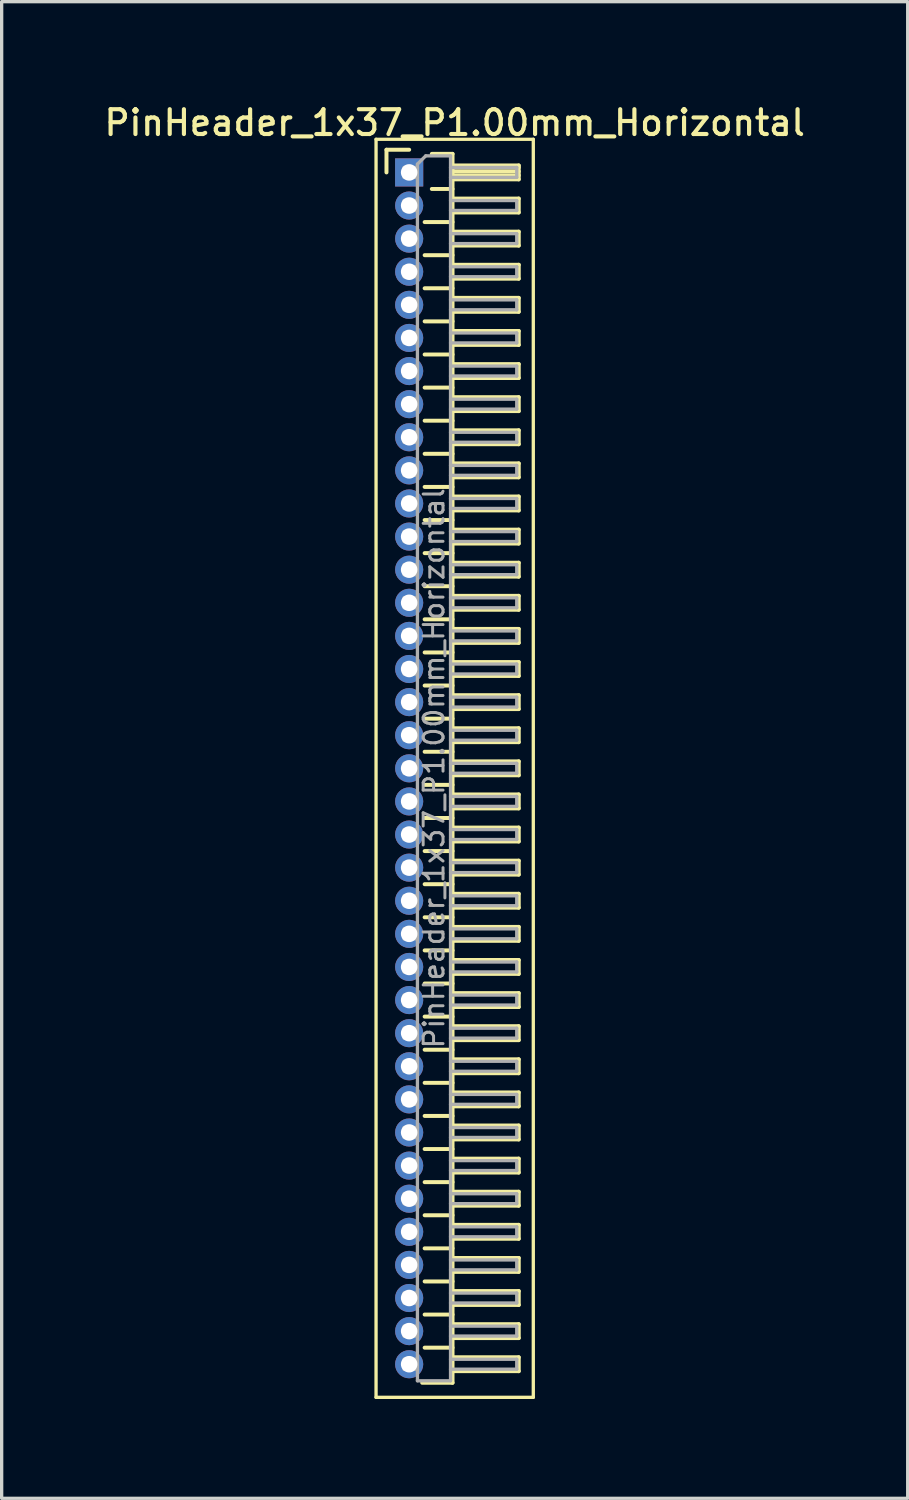
<source format=kicad_pcb>
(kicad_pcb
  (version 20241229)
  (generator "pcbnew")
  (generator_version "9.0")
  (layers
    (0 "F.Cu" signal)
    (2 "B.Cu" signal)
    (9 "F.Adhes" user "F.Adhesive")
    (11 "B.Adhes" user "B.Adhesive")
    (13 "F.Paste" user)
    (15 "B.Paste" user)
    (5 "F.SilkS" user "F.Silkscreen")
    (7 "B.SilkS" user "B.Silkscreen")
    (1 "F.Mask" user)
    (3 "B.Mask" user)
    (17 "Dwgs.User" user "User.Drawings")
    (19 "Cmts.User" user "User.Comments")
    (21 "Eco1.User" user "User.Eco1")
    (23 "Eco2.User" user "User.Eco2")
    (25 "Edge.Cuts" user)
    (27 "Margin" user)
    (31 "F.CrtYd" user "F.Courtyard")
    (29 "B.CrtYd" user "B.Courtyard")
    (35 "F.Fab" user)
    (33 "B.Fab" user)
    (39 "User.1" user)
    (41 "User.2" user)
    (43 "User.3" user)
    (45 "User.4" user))
  (footprint "PinHeader_1x37_P1.00mm_Horizontal"
    (layer "F.Cu")
    (at 9.309 2.158)
    (property "Reference" "PinHeader_1x37_P1.00mm_Horizontal" (at 1.375 -1.5 0) (layer "F.SilkS") (effects (font (size 0.75 0.75) (thickness 0.125))))
    (attr through_hole)
    (fp_line (start -1 -1) (end -1 37) (stroke (width 0.1) (type solid)) (layer "F.SilkS"))
    (fp_line (start -1 37) (end 3.75 37) (stroke (width 0.1) (type solid)) (layer "F.SilkS"))
    (fp_line (start -0.685 -0.685) (end 0 -0.685) (stroke (width 0.12) (type solid)) (layer "F.SilkS"))
    (fp_line (start -0.685 0) (end -0.685 -0.685) (stroke (width 0.12) (type solid)) (layer "F.SilkS"))
    (fp_line (start 0.468 1.5) (end 1.31 1.5) (stroke (width 0.12) (type solid)) (layer "F.SilkS"))
    (fp_line (start 0.468 2.5) (end 1.31 2.5) (stroke (width 0.12) (type solid)) (layer "F.SilkS"))
    (fp_line (start 0.468 3.5) (end 1.31 3.5) (stroke (width 0.12) (type solid)) (layer "F.SilkS"))
    (fp_line (start 0.468 4.5) (end 1.31 4.5) (stroke (width 0.12) (type solid)) (layer "F.SilkS"))
    (fp_line (start 0.468 5.5) (end 1.31 5.5) (stroke (width 0.12) (type solid)) (layer "F.SilkS"))
    (fp_line (start 0.468 6.5) (end 1.31 6.5) (stroke (width 0.12) (type solid)) (layer "F.SilkS"))
    (fp_line (start 0.468 7.5) (end 1.31 7.5) (stroke (width 0.12) (type solid)) (layer "F.SilkS"))
    (fp_line (start 0.468 8.5) (end 1.31 8.5) (stroke (width 0.12) (type solid)) (layer "F.SilkS"))
    (fp_line (start 0.468 9.5) (end 1.31 9.5) (stroke (width 0.12) (type solid)) (layer "F.SilkS"))
    (fp_line (start 0.468 10.5) (end 1.31 10.5) (stroke (width 0.12) (type solid)) (layer "F.SilkS"))
    (fp_line (start 0.468 11.5) (end 1.31 11.5) (stroke (width 0.12) (type solid)) (layer "F.SilkS"))
    (fp_line (start 0.468 12.5) (end 1.31 12.5) (stroke (width 0.12) (type solid)) (layer "F.SilkS"))
    (fp_line (start 0.468 13.5) (end 1.31 13.5) (stroke (width 0.12) (type solid)) (layer "F.SilkS"))
    (fp_line (start 0.468 14.5) (end 1.31 14.5) (stroke (width 0.12) (type solid)) (layer "F.SilkS"))
    (fp_line (start 0.468 15.5) (end 1.31 15.5) (stroke (width 0.12) (type solid)) (layer "F.SilkS"))
    (fp_line (start 0.468 16.5) (end 1.31 16.5) (stroke (width 0.12) (type solid)) (layer "F.SilkS"))
    (fp_line (start 0.468 17.5) (end 1.31 17.5) (stroke (width 0.12) (type solid)) (layer "F.SilkS"))
    (fp_line (start 0.468 18.5) (end 1.31 18.5) (stroke (width 0.12) (type solid)) (layer "F.SilkS"))
    (fp_line (start 0.468 19.5) (end 1.31 19.5) (stroke (width 0.12) (type solid)) (layer "F.SilkS"))
    (fp_line (start 0.468 20.5) (end 1.31 20.5) (stroke (width 0.12) (type solid)) (layer "F.SilkS"))
    (fp_line (start 0.468 21.5) (end 1.31 21.5) (stroke (width 0.12) (type solid)) (layer "F.SilkS"))
    (fp_line (start 0.468 22.5) (end 1.31 22.5) (stroke (width 0.12) (type solid)) (layer "F.SilkS"))
    (fp_line (start 0.468 23.5) (end 1.31 23.5) (stroke (width 0.12) (type solid)) (layer "F.SilkS"))
    (fp_line (start 0.468 24.5) (end 1.31 24.5) (stroke (width 0.12) (type solid)) (layer "F.SilkS"))
    (fp_line (start 0.468 25.5) (end 1.31 25.5) (stroke (width 0.12) (type solid)) (layer "F.SilkS"))
    (fp_line (start 0.468 26.5) (end 1.31 26.5) (stroke (width 0.12) (type solid)) (layer "F.SilkS"))
    (fp_line (start 0.468 27.5) (end 1.31 27.5) (stroke (width 0.12) (type solid)) (layer "F.SilkS"))
    (fp_line (start 0.468 28.5) (end 1.31 28.5) (stroke (width 0.12) (type solid)) (layer "F.SilkS"))
    (fp_line (start 0.468 29.5) (end 1.31 29.5) (stroke (width 0.12) (type solid)) (layer "F.SilkS"))
    (fp_line (start 0.468 30.5) (end 1.31 30.5) (stroke (width 0.12) (type solid)) (layer "F.SilkS"))
    (fp_line (start 0.468 31.5) (end 1.31 31.5) (stroke (width 0.12) (type solid)) (layer "F.SilkS"))
    (fp_line (start 0.468 32.5) (end 1.31 32.5) (stroke (width 0.12) (type solid)) (layer "F.SilkS"))
    (fp_line (start 0.468 33.5) (end 1.31 33.5) (stroke (width 0.12) (type solid)) (layer "F.SilkS"))
    (fp_line (start 0.468 34.5) (end 1.31 34.5) (stroke (width 0.12) (type solid)) (layer "F.SilkS"))
    (fp_line (start 0.468 35.5) (end 1.31 35.5) (stroke (width 0.12) (type solid)) (layer "F.SilkS"))
    (fp_line (start 0.685 -0.56) (end 1.31 -0.56) (stroke (width 0.12) (type solid)) (layer "F.SilkS"))
    (fp_line (start 0.685 0.5) (end 1.31 0.5) (stroke (width 0.12) (type solid)) (layer "F.SilkS"))
    (fp_line (start 1.31 -0.56) (end 1.31 36.56) (stroke (width 0.12) (type solid)) (layer "F.SilkS"))
    (fp_line (start 1.31 -0.21) (end 3.31 -0.21) (stroke (width 0.12) (type solid)) (layer "F.SilkS"))
    (fp_line (start 1.31 -0.15) (end 3.31 -0.15) (stroke (width 0.12) (type solid)) (layer "F.SilkS"))
    (fp_line (start 1.31 -0.03) (end 3.31 -0.03) (stroke (width 0.12) (type solid)) (layer "F.SilkS"))
    (fp_line (start 1.31 0.09) (end 3.31 0.09) (stroke (width 0.12) (type solid)) (layer "F.SilkS"))
    (fp_line (start 1.31 0.79) (end 3.31 0.79) (stroke (width 0.12) (type solid)) (layer "F.SilkS"))
    (fp_line (start 1.31 1.79) (end 3.31 1.79) (stroke (width 0.12) (type solid)) (layer "F.SilkS"))
    (fp_line (start 1.31 2.79) (end 3.31 2.79) (stroke (width 0.12) (type solid)) (layer "F.SilkS"))
    (fp_line (start 1.31 3.79) (end 3.31 3.79) (stroke (width 0.12) (type solid)) (layer "F.SilkS"))
    (fp_line (start 1.31 4.79) (end 3.31 4.79) (stroke (width 0.12) (type solid)) (layer "F.SilkS"))
    (fp_line (start 1.31 5.79) (end 3.31 5.79) (stroke (width 0.12) (type solid)) (layer "F.SilkS"))
    (fp_line (start 1.31 6.79) (end 3.31 6.79) (stroke (width 0.12) (type solid)) (layer "F.SilkS"))
    (fp_line (start 1.31 7.79) (end 3.31 7.79) (stroke (width 0.12) (type solid)) (layer "F.SilkS"))
    (fp_line (start 1.31 8.79) (end 3.31 8.79) (stroke (width 0.12) (type solid)) (layer "F.SilkS"))
    (fp_line (start 1.31 9.79) (end 3.31 9.79) (stroke (width 0.12) (type solid)) (layer "F.SilkS"))
    (fp_line (start 1.31 10.79) (end 3.31 10.79) (stroke (width 0.12) (type solid)) (layer "F.SilkS"))
    (fp_line (start 1.31 11.79) (end 3.31 11.79) (stroke (width 0.12) (type solid)) (layer "F.SilkS"))
    (fp_line (start 1.31 12.79) (end 3.31 12.79) (stroke (width 0.12) (type solid)) (layer "F.SilkS"))
    (fp_line (start 1.31 13.79) (end 3.31 13.79) (stroke (width 0.12) (type solid)) (layer "F.SilkS"))
    (fp_line (start 1.31 14.79) (end 3.31 14.79) (stroke (width 0.12) (type solid)) (layer "F.SilkS"))
    (fp_line (start 1.31 15.79) (end 3.31 15.79) (stroke (width 0.12) (type solid)) (layer "F.SilkS"))
    (fp_line (start 1.31 16.79) (end 3.31 16.79) (stroke (width 0.12) (type solid)) (layer "F.SilkS"))
    (fp_line (start 1.31 17.79) (end 3.31 17.79) (stroke (width 0.12) (type solid)) (layer "F.SilkS"))
    (fp_line (start 1.31 18.79) (end 3.31 18.79) (stroke (width 0.12) (type solid)) (layer "F.SilkS"))
    (fp_line (start 1.31 19.79) (end 3.31 19.79) (stroke (width 0.12) (type solid)) (layer "F.SilkS"))
    (fp_line (start 1.31 20.79) (end 3.31 20.79) (stroke (width 0.12) (type solid)) (layer "F.SilkS"))
    (fp_line (start 1.31 21.79) (end 3.31 21.79) (stroke (width 0.12) (type solid)) (layer "F.SilkS"))
    (fp_line (start 1.31 22.79) (end 3.31 22.79) (stroke (width 0.12) (type solid)) (layer "F.SilkS"))
    (fp_line (start 1.31 23.79) (end 3.31 23.79) (stroke (width 0.12) (type solid)) (layer "F.SilkS"))
    (fp_line (start 1.31 24.79) (end 3.31 24.79) (stroke (width 0.12) (type solid)) (layer "F.SilkS"))
    (fp_line (start 1.31 25.79) (end 3.31 25.79) (stroke (width 0.12) (type solid)) (layer "F.SilkS"))
    (fp_line (start 1.31 26.79) (end 3.31 26.79) (stroke (width 0.12) (type solid)) (layer "F.SilkS"))
    (fp_line (start 1.31 27.79) (end 3.31 27.79) (stroke (width 0.12) (type solid)) (layer "F.SilkS"))
    (fp_line (start 1.31 28.79) (end 3.31 28.79) (stroke (width 0.12) (type solid)) (layer "F.SilkS"))
    (fp_line (start 1.31 29.79) (end 3.31 29.79) (stroke (width 0.12) (type solid)) (layer "F.SilkS"))
    (fp_line (start 1.31 30.79) (end 3.31 30.79) (stroke (width 0.12) (type solid)) (layer "F.SilkS"))
    (fp_line (start 1.31 31.79) (end 3.31 31.79) (stroke (width 0.12) (type solid)) (layer "F.SilkS"))
    (fp_line (start 1.31 32.79) (end 3.31 32.79) (stroke (width 0.12) (type solid)) (layer "F.SilkS"))
    (fp_line (start 1.31 33.79) (end 3.31 33.79) (stroke (width 0.12) (type solid)) (layer "F.SilkS"))
    (fp_line (start 1.31 34.79) (end 3.31 34.79) (stroke (width 0.12) (type solid)) (layer "F.SilkS"))
    (fp_line (start 1.31 35.79) (end 3.31 35.79) (stroke (width 0.12) (type solid)) (layer "F.SilkS"))
    (fp_line (start 1.31 36.56) (end 0.394 36.56) (stroke (width 0.12) (type solid)) (layer "F.SilkS"))
    (fp_line (start 3.31 -0.21) (end 3.31 0.21) (stroke (width 0.12) (type solid)) (layer "F.SilkS"))
    (fp_line (start 3.31 0.21) (end 1.31 0.21) (stroke (width 0.12) (type solid)) (layer "F.SilkS"))
    (fp_line (start 3.31 0.79) (end 3.31 1.21) (stroke (width 0.12) (type solid)) (layer "F.SilkS"))
    (fp_line (start 3.31 1.21) (end 1.31 1.21) (stroke (width 0.12) (type solid)) (layer "F.SilkS"))
    (fp_line (start 3.31 1.79) (end 3.31 2.21) (stroke (width 0.12) (type solid)) (layer "F.SilkS"))
    (fp_line (start 3.31 2.21) (end 1.31 2.21) (stroke (width 0.12) (type solid)) (layer "F.SilkS"))
    (fp_line (start 3.31 2.79) (end 3.31 3.21) (stroke (width 0.12) (type solid)) (layer "F.SilkS"))
    (fp_line (start 3.31 3.21) (end 1.31 3.21) (stroke (width 0.12) (type solid)) (layer "F.SilkS"))
    (fp_line (start 3.31 3.79) (end 3.31 4.21) (stroke (width 0.12) (type solid)) (layer "F.SilkS"))
    (fp_line (start 3.31 4.21) (end 1.31 4.21) (stroke (width 0.12) (type solid)) (layer "F.SilkS"))
    (fp_line (start 3.31 4.79) (end 3.31 5.21) (stroke (width 0.12) (type solid)) (layer "F.SilkS"))
    (fp_line (start 3.31 5.21) (end 1.31 5.21) (stroke (width 0.12) (type solid)) (layer "F.SilkS"))
    (fp_line (start 3.31 5.79) (end 3.31 6.21) (stroke (width 0.12) (type solid)) (layer "F.SilkS"))
    (fp_line (start 3.31 6.21) (end 1.31 6.21) (stroke (width 0.12) (type solid)) (layer "F.SilkS"))
    (fp_line (start 3.31 6.79) (end 3.31 7.21) (stroke (width 0.12) (type solid)) (layer "F.SilkS"))
    (fp_line (start 3.31 7.21) (end 1.31 7.21) (stroke (width 0.12) (type solid)) (layer "F.SilkS"))
    (fp_line (start 3.31 7.79) (end 3.31 8.21) (stroke (width 0.12) (type solid)) (layer "F.SilkS"))
    (fp_line (start 3.31 8.21) (end 1.31 8.21) (stroke (width 0.12) (type solid)) (layer "F.SilkS"))
    (fp_line (start 3.31 8.79) (end 3.31 9.21) (stroke (width 0.12) (type solid)) (layer "F.SilkS"))
    (fp_line (start 3.31 9.21) (end 1.31 9.21) (stroke (width 0.12) (type solid)) (layer "F.SilkS"))
    (fp_line (start 3.31 9.79) (end 3.31 10.21) (stroke (width 0.12) (type solid)) (layer "F.SilkS"))
    (fp_line (start 3.31 10.21) (end 1.31 10.21) (stroke (width 0.12) (type solid)) (layer "F.SilkS"))
    (fp_line (start 3.31 10.79) (end 3.31 11.21) (stroke (width 0.12) (type solid)) (layer "F.SilkS"))
    (fp_line (start 3.31 11.21) (end 1.31 11.21) (stroke (width 0.12) (type solid)) (layer "F.SilkS"))
    (fp_line (start 3.31 11.79) (end 3.31 12.21) (stroke (width 0.12) (type solid)) (layer "F.SilkS"))
    (fp_line (start 3.31 12.21) (end 1.31 12.21) (stroke (width 0.12) (type solid)) (layer "F.SilkS"))
    (fp_line (start 3.31 12.79) (end 3.31 13.21) (stroke (width 0.12) (type solid)) (layer "F.SilkS"))
    (fp_line (start 3.31 13.21) (end 1.31 13.21) (stroke (width 0.12) (type solid)) (layer "F.SilkS"))
    (fp_line (start 3.31 13.79) (end 3.31 14.21) (stroke (width 0.12) (type solid)) (layer "F.SilkS"))
    (fp_line (start 3.31 14.21) (end 1.31 14.21) (stroke (width 0.12) (type solid)) (layer "F.SilkS"))
    (fp_line (start 3.31 14.79) (end 3.31 15.21) (stroke (width 0.12) (type solid)) (layer "F.SilkS"))
    (fp_line (start 3.31 15.21) (end 1.31 15.21) (stroke (width 0.12) (type solid)) (layer "F.SilkS"))
    (fp_line (start 3.31 15.79) (end 3.31 16.21) (stroke (width 0.12) (type solid)) (layer "F.SilkS"))
    (fp_line (start 3.31 16.21) (end 1.31 16.21) (stroke (width 0.12) (type solid)) (layer "F.SilkS"))
    (fp_line (start 3.31 16.79) (end 3.31 17.21) (stroke (width 0.12) (type solid)) (layer "F.SilkS"))
    (fp_line (start 3.31 17.21) (end 1.31 17.21) (stroke (width 0.12) (type solid)) (layer "F.SilkS"))
    (fp_line (start 3.31 17.79) (end 3.31 18.21) (stroke (width 0.12) (type solid)) (layer "F.SilkS"))
    (fp_line (start 3.31 18.21) (end 1.31 18.21) (stroke (width 0.12) (type solid)) (layer "F.SilkS"))
    (fp_line (start 3.31 18.79) (end 3.31 19.21) (stroke (width 0.12) (type solid)) (layer "F.SilkS"))
    (fp_line (start 3.31 19.21) (end 1.31 19.21) (stroke (width 0.12) (type solid)) (layer "F.SilkS"))
    (fp_line (start 3.31 19.79) (end 3.31 20.21) (stroke (width 0.12) (type solid)) (layer "F.SilkS"))
    (fp_line (start 3.31 20.21) (end 1.31 20.21) (stroke (width 0.12) (type solid)) (layer "F.SilkS"))
    (fp_line (start 3.31 20.79) (end 3.31 21.21) (stroke (width 0.12) (type solid)) (layer "F.SilkS"))
    (fp_line (start 3.31 21.21) (end 1.31 21.21) (stroke (width 0.12) (type solid)) (layer "F.SilkS"))
    (fp_line (start 3.31 21.79) (end 3.31 22.21) (stroke (width 0.12) (type solid)) (layer "F.SilkS"))
    (fp_line (start 3.31 22.21) (end 1.31 22.21) (stroke (width 0.12) (type solid)) (layer "F.SilkS"))
    (fp_line (start 3.31 22.79) (end 3.31 23.21) (stroke (width 0.12) (type solid)) (layer "F.SilkS"))
    (fp_line (start 3.31 23.21) (end 1.31 23.21) (stroke (width 0.12) (type solid)) (layer "F.SilkS"))
    (fp_line (start 3.31 23.79) (end 3.31 24.21) (stroke (width 0.12) (type solid)) (layer "F.SilkS"))
    (fp_line (start 3.31 24.21) (end 1.31 24.21) (stroke (width 0.12) (type solid)) (layer "F.SilkS"))
    (fp_line (start 3.31 24.79) (end 3.31 25.21) (stroke (width 0.12) (type solid)) (layer "F.SilkS"))
    (fp_line (start 3.31 25.21) (end 1.31 25.21) (stroke (width 0.12) (type solid)) (layer "F.SilkS"))
    (fp_line (start 3.31 25.79) (end 3.31 26.21) (stroke (width 0.12) (type solid)) (layer "F.SilkS"))
    (fp_line (start 3.31 26.21) (end 1.31 26.21) (stroke (width 0.12) (type solid)) (layer "F.SilkS"))
    (fp_line (start 3.31 26.79) (end 3.31 27.21) (stroke (width 0.12) (type solid)) (layer "F.SilkS"))
    (fp_line (start 3.31 27.21) (end 1.31 27.21) (stroke (width 0.12) (type solid)) (layer "F.SilkS"))
    (fp_line (start 3.31 27.79) (end 3.31 28.21) (stroke (width 0.12) (type solid)) (layer "F.SilkS"))
    (fp_line (start 3.31 28.21) (end 1.31 28.21) (stroke (width 0.12) (type solid)) (layer "F.SilkS"))
    (fp_line (start 3.31 28.79) (end 3.31 29.21) (stroke (width 0.12) (type solid)) (layer "F.SilkS"))
    (fp_line (start 3.31 29.21) (end 1.31 29.21) (stroke (width 0.12) (type solid)) (layer "F.SilkS"))
    (fp_line (start 3.31 29.79) (end 3.31 30.21) (stroke (width 0.12) (type solid)) (layer "F.SilkS"))
    (fp_line (start 3.31 30.21) (end 1.31 30.21) (stroke (width 0.12) (type solid)) (layer "F.SilkS"))
    (fp_line (start 3.31 30.79) (end 3.31 31.21) (stroke (width 0.12) (type solid)) (layer "F.SilkS"))
    (fp_line (start 3.31 31.21) (end 1.31 31.21) (stroke (width 0.12) (type solid)) (layer "F.SilkS"))
    (fp_line (start 3.31 31.79) (end 3.31 32.21) (stroke (width 0.12) (type solid)) (layer "F.SilkS"))
    (fp_line (start 3.31 32.21) (end 1.31 32.21) (stroke (width 0.12) (type solid)) (layer "F.SilkS"))
    (fp_line (start 3.31 32.79) (end 3.31 33.21) (stroke (width 0.12) (type solid)) (layer "F.SilkS"))
    (fp_line (start 3.31 33.21) (end 1.31 33.21) (stroke (width 0.12) (type solid)) (layer "F.SilkS"))
    (fp_line (start 3.31 33.79) (end 3.31 34.21) (stroke (width 0.12) (type solid)) (layer "F.SilkS"))
    (fp_line (start 3.31 34.21) (end 1.31 34.21) (stroke (width 0.12) (type solid)) (layer "F.SilkS"))
    (fp_line (start 3.31 34.79) (end 3.31 35.21) (stroke (width 0.12) (type solid)) (layer "F.SilkS"))
    (fp_line (start 3.31 35.21) (end 1.31 35.21) (stroke (width 0.12) (type solid)) (layer "F.SilkS"))
    (fp_line (start 3.31 35.79) (end 3.31 36.21) (stroke (width 0.12) (type solid)) (layer "F.SilkS"))
    (fp_line (start 3.31 36.21) (end 1.31 36.21) (stroke (width 0.12) (type solid)) (layer "F.SilkS"))
    (fp_line (start 3.75 -1) (end -1 -1) (stroke (width 0.1) (type solid)) (layer "F.SilkS"))
    (fp_line (start 3.75 37) (end 3.75 -1) (stroke (width 0.1) (type solid)) (layer "F.SilkS"))
    (fp_line (start -0.15 -0.15) (end -0.15 0.15) (stroke (width 0.1) (type solid)) (layer "F.Fab"))
    (fp_line (start -0.15 -0.15) (end 0.25 -0.15) (stroke (width 0.1) (type solid)) (layer "F.Fab"))
    (fp_line (start -0.15 0.15) (end 0.25 0.15) (stroke (width 0.1) (type solid)) (layer "F.Fab"))
    (fp_line (start -0.15 0.85) (end -0.15 1.15) (stroke (width 0.1) (type solid)) (layer "F.Fab"))
    (fp_line (start -0.15 0.85) (end 0.25 0.85) (stroke (width 0.1) (type solid)) (layer "F.Fab"))
    (fp_line (start -0.15 1.15) (end 0.25 1.15) (stroke (width 0.1) (type solid)) (layer "F.Fab"))
    (fp_line (start -0.15 1.85) (end -0.15 2.15) (stroke (width 0.1) (type solid)) (layer "F.Fab"))
    (fp_line (start -0.15 1.85) (end 0.25 1.85) (stroke (width 0.1) (type solid)) (layer "F.Fab"))
    (fp_line (start -0.15 2.15) (end 0.25 2.15) (stroke (width 0.1) (type solid)) (layer "F.Fab"))
    (fp_line (start -0.15 2.85) (end -0.15 3.15) (stroke (width 0.1) (type solid)) (layer "F.Fab"))
    (fp_line (start -0.15 2.85) (end 0.25 2.85) (stroke (width 0.1) (type solid)) (layer "F.Fab"))
    (fp_line (start -0.15 3.15) (end 0.25 3.15) (stroke (width 0.1) (type solid)) (layer "F.Fab"))
    (fp_line (start -0.15 3.85) (end -0.15 4.15) (stroke (width 0.1) (type solid)) (layer "F.Fab"))
    (fp_line (start -0.15 3.85) (end 0.25 3.85) (stroke (width 0.1) (type solid)) (layer "F.Fab"))
    (fp_line (start -0.15 4.15) (end 0.25 4.15) (stroke (width 0.1) (type solid)) (layer "F.Fab"))
    (fp_line (start -0.15 4.85) (end -0.15 5.15) (stroke (width 0.1) (type solid)) (layer "F.Fab"))
    (fp_line (start -0.15 4.85) (end 0.25 4.85) (stroke (width 0.1) (type solid)) (layer "F.Fab"))
    (fp_line (start -0.15 5.15) (end 0.25 5.15) (stroke (width 0.1) (type solid)) (layer "F.Fab"))
    (fp_line (start -0.15 5.85) (end -0.15 6.15) (stroke (width 0.1) (type solid)) (layer "F.Fab"))
    (fp_line (start -0.15 5.85) (end 0.25 5.85) (stroke (width 0.1) (type solid)) (layer "F.Fab"))
    (fp_line (start -0.15 6.15) (end 0.25 6.15) (stroke (width 0.1) (type solid)) (layer "F.Fab"))
    (fp_line (start -0.15 6.85) (end -0.15 7.15) (stroke (width 0.1) (type solid)) (layer "F.Fab"))
    (fp_line (start -0.15 6.85) (end 0.25 6.85) (stroke (width 0.1) (type solid)) (layer "F.Fab"))
    (fp_line (start -0.15 7.15) (end 0.25 7.15) (stroke (width 0.1) (type solid)) (layer "F.Fab"))
    (fp_line (start -0.15 7.85) (end -0.15 8.15) (stroke (width 0.1) (type solid)) (layer "F.Fab"))
    (fp_line (start -0.15 7.85) (end 0.25 7.85) (stroke (width 0.1) (type solid)) (layer "F.Fab"))
    (fp_line (start -0.15 8.15) (end 0.25 8.15) (stroke (width 0.1) (type solid)) (layer "F.Fab"))
    (fp_line (start -0.15 8.85) (end -0.15 9.15) (stroke (width 0.1) (type solid)) (layer "F.Fab"))
    (fp_line (start -0.15 8.85) (end 0.25 8.85) (stroke (width 0.1) (type solid)) (layer "F.Fab"))
    (fp_line (start -0.15 9.15) (end 0.25 9.15) (stroke (width 0.1) (type solid)) (layer "F.Fab"))
    (fp_line (start -0.15 9.85) (end -0.15 10.15) (stroke (width 0.1) (type solid)) (layer "F.Fab"))
    (fp_line (start -0.15 9.85) (end 0.25 9.85) (stroke (width 0.1) (type solid)) (layer "F.Fab"))
    (fp_line (start -0.15 10.15) (end 0.25 10.15) (stroke (width 0.1) (type solid)) (layer "F.Fab"))
    (fp_line (start -0.15 10.85) (end -0.15 11.15) (stroke (width 0.1) (type solid)) (layer "F.Fab"))
    (fp_line (start -0.15 10.85) (end 0.25 10.85) (stroke (width 0.1) (type solid)) (layer "F.Fab"))
    (fp_line (start -0.15 11.15) (end 0.25 11.15) (stroke (width 0.1) (type solid)) (layer "F.Fab"))
    (fp_line (start -0.15 11.85) (end -0.15 12.15) (stroke (width 0.1) (type solid)) (layer "F.Fab"))
    (fp_line (start -0.15 11.85) (end 0.25 11.85) (stroke (width 0.1) (type solid)) (layer "F.Fab"))
    (fp_line (start -0.15 12.15) (end 0.25 12.15) (stroke (width 0.1) (type solid)) (layer "F.Fab"))
    (fp_line (start -0.15 12.85) (end -0.15 13.15) (stroke (width 0.1) (type solid)) (layer "F.Fab"))
    (fp_line (start -0.15 12.85) (end 0.25 12.85) (stroke (width 0.1) (type solid)) (layer "F.Fab"))
    (fp_line (start -0.15 13.15) (end 0.25 13.15) (stroke (width 0.1) (type solid)) (layer "F.Fab"))
    (fp_line (start -0.15 13.85) (end -0.15 14.15) (stroke (width 0.1) (type solid)) (layer "F.Fab"))
    (fp_line (start -0.15 13.85) (end 0.25 13.85) (stroke (width 0.1) (type solid)) (layer "F.Fab"))
    (fp_line (start -0.15 14.15) (end 0.25 14.15) (stroke (width 0.1) (type solid)) (layer "F.Fab"))
    (fp_line (start -0.15 14.85) (end -0.15 15.15) (stroke (width 0.1) (type solid)) (layer "F.Fab"))
    (fp_line (start -0.15 14.85) (end 0.25 14.85) (stroke (width 0.1) (type solid)) (layer "F.Fab"))
    (fp_line (start -0.15 15.15) (end 0.25 15.15) (stroke (width 0.1) (type solid)) (layer "F.Fab"))
    (fp_line (start -0.15 15.85) (end -0.15 16.15) (stroke (width 0.1) (type solid)) (layer "F.Fab"))
    (fp_line (start -0.15 15.85) (end 0.25 15.85) (stroke (width 0.1) (type solid)) (layer "F.Fab"))
    (fp_line (start -0.15 16.15) (end 0.25 16.15) (stroke (width 0.1) (type solid)) (layer "F.Fab"))
    (fp_line (start -0.15 16.85) (end -0.15 17.15) (stroke (width 0.1) (type solid)) (layer "F.Fab"))
    (fp_line (start -0.15 16.85) (end 0.25 16.85) (stroke (width 0.1) (type solid)) (layer "F.Fab"))
    (fp_line (start -0.15 17.15) (end 0.25 17.15) (stroke (width 0.1) (type solid)) (layer "F.Fab"))
    (fp_line (start -0.15 17.85) (end -0.15 18.15) (stroke (width 0.1) (type solid)) (layer "F.Fab"))
    (fp_line (start -0.15 17.85) (end 0.25 17.85) (stroke (width 0.1) (type solid)) (layer "F.Fab"))
    (fp_line (start -0.15 18.15) (end 0.25 18.15) (stroke (width 0.1) (type solid)) (layer "F.Fab"))
    (fp_line (start -0.15 18.85) (end -0.15 19.15) (stroke (width 0.1) (type solid)) (layer "F.Fab"))
    (fp_line (start -0.15 18.85) (end 0.25 18.85) (stroke (width 0.1) (type solid)) (layer "F.Fab"))
    (fp_line (start -0.15 19.15) (end 0.25 19.15) (stroke (width 0.1) (type solid)) (layer "F.Fab"))
    (fp_line (start -0.15 19.85) (end -0.15 20.15) (stroke (width 0.1) (type solid)) (layer "F.Fab"))
    (fp_line (start -0.15 19.85) (end 0.25 19.85) (stroke (width 0.1) (type solid)) (layer "F.Fab"))
    (fp_line (start -0.15 20.15) (end 0.25 20.15) (stroke (width 0.1) (type solid)) (layer "F.Fab"))
    (fp_line (start -0.15 20.85) (end -0.15 21.15) (stroke (width 0.1) (type solid)) (layer "F.Fab"))
    (fp_line (start -0.15 20.85) (end 0.25 20.85) (stroke (width 0.1) (type solid)) (layer "F.Fab"))
    (fp_line (start -0.15 21.15) (end 0.25 21.15) (stroke (width 0.1) (type solid)) (layer "F.Fab"))
    (fp_line (start -0.15 21.85) (end -0.15 22.15) (stroke (width 0.1) (type solid)) (layer "F.Fab"))
    (fp_line (start -0.15 21.85) (end 0.25 21.85) (stroke (width 0.1) (type solid)) (layer "F.Fab"))
    (fp_line (start -0.15 22.15) (end 0.25 22.15) (stroke (width 0.1) (type solid)) (layer "F.Fab"))
    (fp_line (start -0.15 22.85) (end -0.15 23.15) (stroke (width 0.1) (type solid)) (layer "F.Fab"))
    (fp_line (start -0.15 22.85) (end 0.25 22.85) (stroke (width 0.1) (type solid)) (layer "F.Fab"))
    (fp_line (start -0.15 23.15) (end 0.25 23.15) (stroke (width 0.1) (type solid)) (layer "F.Fab"))
    (fp_line (start -0.15 23.85) (end -0.15 24.15) (stroke (width 0.1) (type solid)) (layer "F.Fab"))
    (fp_line (start -0.15 23.85) (end 0.25 23.85) (stroke (width 0.1) (type solid)) (layer "F.Fab"))
    (fp_line (start -0.15 24.15) (end 0.25 24.15) (stroke (width 0.1) (type solid)) (layer "F.Fab"))
    (fp_line (start -0.15 24.85) (end -0.15 25.15) (stroke (width 0.1) (type solid)) (layer "F.Fab"))
    (fp_line (start -0.15 24.85) (end 0.25 24.85) (stroke (width 0.1) (type solid)) (layer "F.Fab"))
    (fp_line (start -0.15 25.15) (end 0.25 25.15) (stroke (width 0.1) (type solid)) (layer "F.Fab"))
    (fp_line (start -0.15 25.85) (end -0.15 26.15) (stroke (width 0.1) (type solid)) (layer "F.Fab"))
    (fp_line (start -0.15 25.85) (end 0.25 25.85) (stroke (width 0.1) (type solid)) (layer "F.Fab"))
    (fp_line (start -0.15 26.15) (end 0.25 26.15) (stroke (width 0.1) (type solid)) (layer "F.Fab"))
    (fp_line (start -0.15 26.85) (end -0.15 27.15) (stroke (width 0.1) (type solid)) (layer "F.Fab"))
    (fp_line (start -0.15 26.85) (end 0.25 26.85) (stroke (width 0.1) (type solid)) (layer "F.Fab"))
    (fp_line (start -0.15 27.15) (end 0.25 27.15) (stroke (width 0.1) (type solid)) (layer "F.Fab"))
    (fp_line (start -0.15 27.85) (end -0.15 28.15) (stroke (width 0.1) (type solid)) (layer "F.Fab"))
    (fp_line (start -0.15 27.85) (end 0.25 27.85) (stroke (width 0.1) (type solid)) (layer "F.Fab"))
    (fp_line (start -0.15 28.15) (end 0.25 28.15) (stroke (width 0.1) (type solid)) (layer "F.Fab"))
    (fp_line (start -0.15 28.85) (end -0.15 29.15) (stroke (width 0.1) (type solid)) (layer "F.Fab"))
    (fp_line (start -0.15 28.85) (end 0.25 28.85) (stroke (width 0.1) (type solid)) (layer "F.Fab"))
    (fp_line (start -0.15 29.15) (end 0.25 29.15) (stroke (width 0.1) (type solid)) (layer "F.Fab"))
    (fp_line (start -0.15 29.85) (end -0.15 30.15) (stroke (width 0.1) (type solid)) (layer "F.Fab"))
    (fp_line (start -0.15 29.85) (end 0.25 29.85) (stroke (width 0.1) (type solid)) (layer "F.Fab"))
    (fp_line (start -0.15 30.15) (end 0.25 30.15) (stroke (width 0.1) (type solid)) (layer "F.Fab"))
    (fp_line (start -0.15 30.85) (end -0.15 31.15) (stroke (width 0.1) (type solid)) (layer "F.Fab"))
    (fp_line (start -0.15 30.85) (end 0.25 30.85) (stroke (width 0.1) (type solid)) (layer "F.Fab"))
    (fp_line (start -0.15 31.15) (end 0.25 31.15) (stroke (width 0.1) (type solid)) (layer "F.Fab"))
    (fp_line (start -0.15 31.85) (end -0.15 32.15) (stroke (width 0.1) (type solid)) (layer "F.Fab"))
    (fp_line (start -0.15 31.85) (end 0.25 31.85) (stroke (width 0.1) (type solid)) (layer "F.Fab"))
    (fp_line (start -0.15 32.15) (end 0.25 32.15) (stroke (width 0.1) (type solid)) (layer "F.Fab"))
    (fp_line (start -0.15 32.85) (end -0.15 33.15) (stroke (width 0.1) (type solid)) (layer "F.Fab"))
    (fp_line (start -0.15 32.85) (end 0.25 32.85) (stroke (width 0.1) (type solid)) (layer "F.Fab"))
    (fp_line (start -0.15 33.15) (end 0.25 33.15) (stroke (width 0.1) (type solid)) (layer "F.Fab"))
    (fp_line (start -0.15 33.85) (end -0.15 34.15) (stroke (width 0.1) (type solid)) (layer "F.Fab"))
    (fp_line (start -0.15 33.85) (end 0.25 33.85) (stroke (width 0.1) (type solid)) (layer "F.Fab"))
    (fp_line (start -0.15 34.15) (end 0.25 34.15) (stroke (width 0.1) (type solid)) (layer "F.Fab"))
    (fp_line (start -0.15 34.85) (end -0.15 35.15) (stroke (width 0.1) (type solid)) (layer "F.Fab"))
    (fp_line (start -0.15 34.85) (end 0.25 34.85) (stroke (width 0.1) (type solid)) (layer "F.Fab"))
    (fp_line (start -0.15 35.15) (end 0.25 35.15) (stroke (width 0.1) (type solid)) (layer "F.Fab"))
    (fp_line (start -0.15 35.85) (end -0.15 36.15) (stroke (width 0.1) (type solid)) (layer "F.Fab"))
    (fp_line (start -0.15 35.85) (end 0.25 35.85) (stroke (width 0.1) (type solid)) (layer "F.Fab"))
    (fp_line (start -0.15 36.15) (end 0.25 36.15) (stroke (width 0.1) (type solid)) (layer "F.Fab"))
    (fp_line (start 0.25 -0.25) (end 0.5 -0.5) (stroke (width 0.1) (type solid)) (layer "F.Fab"))
    (fp_line (start 0.25 36.5) (end 0.25 -0.25) (stroke (width 0.1) (type solid)) (layer "F.Fab"))
    (fp_line (start 0.5 -0.5) (end 1.25 -0.5) (stroke (width 0.1) (type solid)) (layer "F.Fab"))
    (fp_line (start 1.25 -0.5) (end 1.25 36.5) (stroke (width 0.1) (type solid)) (layer "F.Fab"))
    (fp_line (start 1.25 -0.15) (end 3.25 -0.15) (stroke (width 0.1) (type solid)) (layer "F.Fab"))
    (fp_line (start 1.25 0.15) (end 3.25 0.15) (stroke (width 0.1) (type solid)) (layer "F.Fab"))
    (fp_line (start 1.25 0.85) (end 3.25 0.85) (stroke (width 0.1) (type solid)) (layer "F.Fab"))
    (fp_line (start 1.25 1.15) (end 3.25 1.15) (stroke (width 0.1) (type solid)) (layer "F.Fab"))
    (fp_line (start 1.25 1.85) (end 3.25 1.85) (stroke (width 0.1) (type solid)) (layer "F.Fab"))
    (fp_line (start 1.25 2.15) (end 3.25 2.15) (stroke (width 0.1) (type solid)) (layer "F.Fab"))
    (fp_line (start 1.25 2.85) (end 3.25 2.85) (stroke (width 0.1) (type solid)) (layer "F.Fab"))
    (fp_line (start 1.25 3.15) (end 3.25 3.15) (stroke (width 0.1) (type solid)) (layer "F.Fab"))
    (fp_line (start 1.25 3.85) (end 3.25 3.85) (stroke (width 0.1) (type solid)) (layer "F.Fab"))
    (fp_line (start 1.25 4.15) (end 3.25 4.15) (stroke (width 0.1) (type solid)) (layer "F.Fab"))
    (fp_line (start 1.25 4.85) (end 3.25 4.85) (stroke (width 0.1) (type solid)) (layer "F.Fab"))
    (fp_line (start 1.25 5.15) (end 3.25 5.15) (stroke (width 0.1) (type solid)) (layer "F.Fab"))
    (fp_line (start 1.25 5.85) (end 3.25 5.85) (stroke (width 0.1) (type solid)) (layer "F.Fab"))
    (fp_line (start 1.25 6.15) (end 3.25 6.15) (stroke (width 0.1) (type solid)) (layer "F.Fab"))
    (fp_line (start 1.25 6.85) (end 3.25 6.85) (stroke (width 0.1) (type solid)) (layer "F.Fab"))
    (fp_line (start 1.25 7.15) (end 3.25 7.15) (stroke (width 0.1) (type solid)) (layer "F.Fab"))
    (fp_line (start 1.25 7.85) (end 3.25 7.85) (stroke (width 0.1) (type solid)) (layer "F.Fab"))
    (fp_line (start 1.25 8.15) (end 3.25 8.15) (stroke (width 0.1) (type solid)) (layer "F.Fab"))
    (fp_line (start 1.25 8.85) (end 3.25 8.85) (stroke (width 0.1) (type solid)) (layer "F.Fab"))
    (fp_line (start 1.25 9.15) (end 3.25 9.15) (stroke (width 0.1) (type solid)) (layer "F.Fab"))
    (fp_line (start 1.25 9.85) (end 3.25 9.85) (stroke (width 0.1) (type solid)) (layer "F.Fab"))
    (fp_line (start 1.25 10.15) (end 3.25 10.15) (stroke (width 0.1) (type solid)) (layer "F.Fab"))
    (fp_line (start 1.25 10.85) (end 3.25 10.85) (stroke (width 0.1) (type solid)) (layer "F.Fab"))
    (fp_line (start 1.25 11.15) (end 3.25 11.15) (stroke (width 0.1) (type solid)) (layer "F.Fab"))
    (fp_line (start 1.25 11.85) (end 3.25 11.85) (stroke (width 0.1) (type solid)) (layer "F.Fab"))
    (fp_line (start 1.25 12.15) (end 3.25 12.15) (stroke (width 0.1) (type solid)) (layer "F.Fab"))
    (fp_line (start 1.25 12.85) (end 3.25 12.85) (stroke (width 0.1) (type solid)) (layer "F.Fab"))
    (fp_line (start 1.25 13.15) (end 3.25 13.15) (stroke (width 0.1) (type solid)) (layer "F.Fab"))
    (fp_line (start 1.25 13.85) (end 3.25 13.85) (stroke (width 0.1) (type solid)) (layer "F.Fab"))
    (fp_line (start 1.25 14.15) (end 3.25 14.15) (stroke (width 0.1) (type solid)) (layer "F.Fab"))
    (fp_line (start 1.25 14.85) (end 3.25 14.85) (stroke (width 0.1) (type solid)) (layer "F.Fab"))
    (fp_line (start 1.25 15.15) (end 3.25 15.15) (stroke (width 0.1) (type solid)) (layer "F.Fab"))
    (fp_line (start 1.25 15.85) (end 3.25 15.85) (stroke (width 0.1) (type solid)) (layer "F.Fab"))
    (fp_line (start 1.25 16.15) (end 3.25 16.15) (stroke (width 0.1) (type solid)) (layer "F.Fab"))
    (fp_line (start 1.25 16.85) (end 3.25 16.85) (stroke (width 0.1) (type solid)) (layer "F.Fab"))
    (fp_line (start 1.25 17.15) (end 3.25 17.15) (stroke (width 0.1) (type solid)) (layer "F.Fab"))
    (fp_line (start 1.25 17.85) (end 3.25 17.85) (stroke (width 0.1) (type solid)) (layer "F.Fab"))
    (fp_line (start 1.25 18.15) (end 3.25 18.15) (stroke (width 0.1) (type solid)) (layer "F.Fab"))
    (fp_line (start 1.25 18.85) (end 3.25 18.85) (stroke (width 0.1) (type solid)) (layer "F.Fab"))
    (fp_line (start 1.25 19.15) (end 3.25 19.15) (stroke (width 0.1) (type solid)) (layer "F.Fab"))
    (fp_line (start 1.25 19.85) (end 3.25 19.85) (stroke (width 0.1) (type solid)) (layer "F.Fab"))
    (fp_line (start 1.25 20.15) (end 3.25 20.15) (stroke (width 0.1) (type solid)) (layer "F.Fab"))
    (fp_line (start 1.25 20.85) (end 3.25 20.85) (stroke (width 0.1) (type solid)) (layer "F.Fab"))
    (fp_line (start 1.25 21.15) (end 3.25 21.15) (stroke (width 0.1) (type solid)) (layer "F.Fab"))
    (fp_line (start 1.25 21.85) (end 3.25 21.85) (stroke (width 0.1) (type solid)) (layer "F.Fab"))
    (fp_line (start 1.25 22.15) (end 3.25 22.15) (stroke (width 0.1) (type solid)) (layer "F.Fab"))
    (fp_line (start 1.25 22.85) (end 3.25 22.85) (stroke (width 0.1) (type solid)) (layer "F.Fab"))
    (fp_line (start 1.25 23.15) (end 3.25 23.15) (stroke (width 0.1) (type solid)) (layer "F.Fab"))
    (fp_line (start 1.25 23.85) (end 3.25 23.85) (stroke (width 0.1) (type solid)) (layer "F.Fab"))
    (fp_line (start 1.25 24.15) (end 3.25 24.15) (stroke (width 0.1) (type solid)) (layer "F.Fab"))
    (fp_line (start 1.25 24.85) (end 3.25 24.85) (stroke (width 0.1) (type solid)) (layer "F.Fab"))
    (fp_line (start 1.25 25.15) (end 3.25 25.15) (stroke (width 0.1) (type solid)) (layer "F.Fab"))
    (fp_line (start 1.25 25.85) (end 3.25 25.85) (stroke (width 0.1) (type solid)) (layer "F.Fab"))
    (fp_line (start 1.25 26.15) (end 3.25 26.15) (stroke (width 0.1) (type solid)) (layer "F.Fab"))
    (fp_line (start 1.25 26.85) (end 3.25 26.85) (stroke (width 0.1) (type solid)) (layer "F.Fab"))
    (fp_line (start 1.25 27.15) (end 3.25 27.15) (stroke (width 0.1) (type solid)) (layer "F.Fab"))
    (fp_line (start 1.25 27.85) (end 3.25 27.85) (stroke (width 0.1) (type solid)) (layer "F.Fab"))
    (fp_line (start 1.25 28.15) (end 3.25 28.15) (stroke (width 0.1) (type solid)) (layer "F.Fab"))
    (fp_line (start 1.25 28.85) (end 3.25 28.85) (stroke (width 0.1) (type solid)) (layer "F.Fab"))
    (fp_line (start 1.25 29.15) (end 3.25 29.15) (stroke (width 0.1) (type solid)) (layer "F.Fab"))
    (fp_line (start 1.25 29.85) (end 3.25 29.85) (stroke (width 0.1) (type solid)) (layer "F.Fab"))
    (fp_line (start 1.25 30.15) (end 3.25 30.15) (stroke (width 0.1) (type solid)) (layer "F.Fab"))
    (fp_line (start 1.25 30.85) (end 3.25 30.85) (stroke (width 0.1) (type solid)) (layer "F.Fab"))
    (fp_line (start 1.25 31.15) (end 3.25 31.15) (stroke (width 0.1) (type solid)) (layer "F.Fab"))
    (fp_line (start 1.25 31.85) (end 3.25 31.85) (stroke (width 0.1) (type solid)) (layer "F.Fab"))
    (fp_line (start 1.25 32.15) (end 3.25 32.15) (stroke (width 0.1) (type solid)) (layer "F.Fab"))
    (fp_line (start 1.25 32.85) (end 3.25 32.85) (stroke (width 0.1) (type solid)) (layer "F.Fab"))
    (fp_line (start 1.25 33.15) (end 3.25 33.15) (stroke (width 0.1) (type solid)) (layer "F.Fab"))
    (fp_line (start 1.25 33.85) (end 3.25 33.85) (stroke (width 0.1) (type solid)) (layer "F.Fab"))
    (fp_line (start 1.25 34.15) (end 3.25 34.15) (stroke (width 0.1) (type solid)) (layer "F.Fab"))
    (fp_line (start 1.25 34.85) (end 3.25 34.85) (stroke (width 0.1) (type solid)) (layer "F.Fab"))
    (fp_line (start 1.25 35.15) (end 3.25 35.15) (stroke (width 0.1) (type solid)) (layer "F.Fab"))
    (fp_line (start 1.25 35.85) (end 3.25 35.85) (stroke (width 0.1) (type solid)) (layer "F.Fab"))
    (fp_line (start 1.25 36.15) (end 3.25 36.15) (stroke (width 0.1) (type solid)) (layer "F.Fab"))
    (fp_line (start 1.25 36.5) (end 0.25 36.5) (stroke (width 0.1) (type solid)) (layer "F.Fab"))
    (fp_line (start 3.25 -0.15) (end 3.25 0.15) (stroke (width 0.1) (type solid)) (layer "F.Fab"))
    (fp_line (start 3.25 0.85) (end 3.25 1.15) (stroke (width 0.1) (type solid)) (layer "F.Fab"))
    (fp_line (start 3.25 1.85) (end 3.25 2.15) (stroke (width 0.1) (type solid)) (layer "F.Fab"))
    (fp_line (start 3.25 2.85) (end 3.25 3.15) (stroke (width 0.1) (type solid)) (layer "F.Fab"))
    (fp_line (start 3.25 3.85) (end 3.25 4.15) (stroke (width 0.1) (type solid)) (layer "F.Fab"))
    (fp_line (start 3.25 4.85) (end 3.25 5.15) (stroke (width 0.1) (type solid)) (layer "F.Fab"))
    (fp_line (start 3.25 5.85) (end 3.25 6.15) (stroke (width 0.1) (type solid)) (layer "F.Fab"))
    (fp_line (start 3.25 6.85) (end 3.25 7.15) (stroke (width 0.1) (type solid)) (layer "F.Fab"))
    (fp_line (start 3.25 7.85) (end 3.25 8.15) (stroke (width 0.1) (type solid)) (layer "F.Fab"))
    (fp_line (start 3.25 8.85) (end 3.25 9.15) (stroke (width 0.1) (type solid)) (layer "F.Fab"))
    (fp_line (start 3.25 9.85) (end 3.25 10.15) (stroke (width 0.1) (type solid)) (layer "F.Fab"))
    (fp_line (start 3.25 10.85) (end 3.25 11.15) (stroke (width 0.1) (type solid)) (layer "F.Fab"))
    (fp_line (start 3.25 11.85) (end 3.25 12.15) (stroke (width 0.1) (type solid)) (layer "F.Fab"))
    (fp_line (start 3.25 12.85) (end 3.25 13.15) (stroke (width 0.1) (type solid)) (layer "F.Fab"))
    (fp_line (start 3.25 13.85) (end 3.25 14.15) (stroke (width 0.1) (type solid)) (layer "F.Fab"))
    (fp_line (start 3.25 14.85) (end 3.25 15.15) (stroke (width 0.1) (type solid)) (layer "F.Fab"))
    (fp_line (start 3.25 15.85) (end 3.25 16.15) (stroke (width 0.1) (type solid)) (layer "F.Fab"))
    (fp_line (start 3.25 16.85) (end 3.25 17.15) (stroke (width 0.1) (type solid)) (layer "F.Fab"))
    (fp_line (start 3.25 17.85) (end 3.25 18.15) (stroke (width 0.1) (type solid)) (layer "F.Fab"))
    (fp_line (start 3.25 18.85) (end 3.25 19.15) (stroke (width 0.1) (type solid)) (layer "F.Fab"))
    (fp_line (start 3.25 19.85) (end 3.25 20.15) (stroke (width 0.1) (type solid)) (layer "F.Fab"))
    (fp_line (start 3.25 20.85) (end 3.25 21.15) (stroke (width 0.1) (type solid)) (layer "F.Fab"))
    (fp_line (start 3.25 21.85) (end 3.25 22.15) (stroke (width 0.1) (type solid)) (layer "F.Fab"))
    (fp_line (start 3.25 22.85) (end 3.25 23.15) (stroke (width 0.1) (type solid)) (layer "F.Fab"))
    (fp_line (start 3.25 23.85) (end 3.25 24.15) (stroke (width 0.1) (type solid)) (layer "F.Fab"))
    (fp_line (start 3.25 24.85) (end 3.25 25.15) (stroke (width 0.1) (type solid)) (layer "F.Fab"))
    (fp_line (start 3.25 25.85) (end 3.25 26.15) (stroke (width 0.1) (type solid)) (layer "F.Fab"))
    (fp_line (start 3.25 26.85) (end 3.25 27.15) (stroke (width 0.1) (type solid)) (layer "F.Fab"))
    (fp_line (start 3.25 27.85) (end 3.25 28.15) (stroke (width 0.1) (type solid)) (layer "F.Fab"))
    (fp_line (start 3.25 28.85) (end 3.25 29.15) (stroke (width 0.1) (type solid)) (layer "F.Fab"))
    (fp_line (start 3.25 29.85) (end 3.25 30.15) (stroke (width 0.1) (type solid)) (layer "F.Fab"))
    (fp_line (start 3.25 30.85) (end 3.25 31.15) (stroke (width 0.1) (type solid)) (layer "F.Fab"))
    (fp_line (start 3.25 31.85) (end 3.25 32.15) (stroke (width 0.1) (type solid)) (layer "F.Fab"))
    (fp_line (start 3.25 32.85) (end 3.25 33.15) (stroke (width 0.1) (type solid)) (layer "F.Fab"))
    (fp_line (start 3.25 33.85) (end 3.25 34.15) (stroke (width 0.1) (type solid)) (layer "F.Fab"))
    (fp_line (start 3.25 34.85) (end 3.25 35.15) (stroke (width 0.1) (type solid)) (layer "F.Fab"))
    (fp_line (start 3.25 35.85) (end 3.25 36.15) (stroke (width 0.1) (type solid)) (layer "F.Fab"))
    (fp_text user "${REFERENCE}" (at 0.75 18 90) (layer "F.Fab") (effects (font (size 0.6 0.6) (thickness 0.09))))
    (pad "1" thru_hole rect (at 0 0) (size 0.85 0.85) (drill 0.5) (layers "*.Cu" "*.Mask"))
    (pad "2" thru_hole oval (at 0 1) (size 0.85 0.85) (drill 0.5) (layers "*.Cu" "*.Mask"))
    (pad "3" thru_hole oval (at 0 2) (size 0.85 0.85) (drill 0.5) (layers "*.Cu" "*.Mask"))
    (pad "4" thru_hole oval (at 0 3) (size 0.85 0.85) (drill 0.5) (layers "*.Cu" "*.Mask"))
    (pad "5" thru_hole oval (at 0 4) (size 0.85 0.85) (drill 0.5) (layers "*.Cu" "*.Mask"))
    (pad "6" thru_hole oval (at 0 5) (size 0.85 0.85) (drill 0.5) (layers "*.Cu" "*.Mask"))
    (pad "7" thru_hole oval (at 0 6) (size 0.85 0.85) (drill 0.5) (layers "*.Cu" "*.Mask"))
    (pad "8" thru_hole oval (at 0 7) (size 0.85 0.85) (drill 0.5) (layers "*.Cu" "*.Mask"))
    (pad "9" thru_hole oval (at 0 8) (size 0.85 0.85) (drill 0.5) (layers "*.Cu" "*.Mask"))
    (pad "10" thru_hole oval (at 0 9) (size 0.85 0.85) (drill 0.5) (layers "*.Cu" "*.Mask"))
    (pad "11" thru_hole oval (at 0 10) (size 0.85 0.85) (drill 0.5) (layers "*.Cu" "*.Mask"))
    (pad "12" thru_hole oval (at 0 11) (size 0.85 0.85) (drill 0.5) (layers "*.Cu" "*.Mask"))
    (pad "13" thru_hole oval (at 0 12) (size 0.85 0.85) (drill 0.5) (layers "*.Cu" "*.Mask"))
    (pad "14" thru_hole oval (at 0 13) (size 0.85 0.85) (drill 0.5) (layers "*.Cu" "*.Mask"))
    (pad "15" thru_hole oval (at 0 14) (size 0.85 0.85) (drill 0.5) (layers "*.Cu" "*.Mask"))
    (pad "16" thru_hole oval (at 0 15) (size 0.85 0.85) (drill 0.5) (layers "*.Cu" "*.Mask"))
    (pad "17" thru_hole oval (at 0 16) (size 0.85 0.85) (drill 0.5) (layers "*.Cu" "*.Mask"))
    (pad "18" thru_hole oval (at 0 17) (size 0.85 0.85) (drill 0.5) (layers "*.Cu" "*.Mask"))
    (pad "19" thru_hole oval (at 0 18) (size 0.85 0.85) (drill 0.5) (layers "*.Cu" "*.Mask"))
    (pad "20" thru_hole oval (at 0 19) (size 0.85 0.85) (drill 0.5) (layers "*.Cu" "*.Mask"))
    (pad "21" thru_hole oval (at 0 20) (size 0.85 0.85) (drill 0.5) (layers "*.Cu" "*.Mask"))
    (pad "22" thru_hole oval (at 0 21) (size 0.85 0.85) (drill 0.5) (layers "*.Cu" "*.Mask"))
    (pad "23" thru_hole oval (at 0 22) (size 0.85 0.85) (drill 0.5) (layers "*.Cu" "*.Mask"))
    (pad "24" thru_hole oval (at 0 23) (size 0.85 0.85) (drill 0.5) (layers "*.Cu" "*.Mask"))
    (pad "25" thru_hole oval (at 0 24) (size 0.85 0.85) (drill 0.5) (layers "*.Cu" "*.Mask"))
    (pad "26" thru_hole oval (at 0 25) (size 0.85 0.85) (drill 0.5) (layers "*.Cu" "*.Mask"))
    (pad "27" thru_hole oval (at 0 26) (size 0.85 0.85) (drill 0.5) (layers "*.Cu" "*.Mask"))
    (pad "28" thru_hole oval (at 0 27) (size 0.85 0.85) (drill 0.5) (layers "*.Cu" "*.Mask"))
    (pad "29" thru_hole oval (at 0 28) (size 0.85 0.85) (drill 0.5) (layers "*.Cu" "*.Mask"))
    (pad "30" thru_hole oval (at 0 29) (size 0.85 0.85) (drill 0.5) (layers "*.Cu" "*.Mask"))
    (pad "31" thru_hole oval (at 0 30) (size 0.85 0.85) (drill 0.5) (layers "*.Cu" "*.Mask"))
    (pad "32" thru_hole oval (at 0 31) (size 0.85 0.85) (drill 0.5) (layers "*.Cu" "*.Mask"))
    (pad "33" thru_hole oval (at 0 32) (size 0.85 0.85) (drill 0.5) (layers "*.Cu" "*.Mask"))
    (pad "34" thru_hole oval (at 0 33) (size 0.85 0.85) (drill 0.5) (layers "*.Cu" "*.Mask"))
    (pad "35" thru_hole oval (at 0 34) (size 0.85 0.85) (drill 0.5) (layers "*.Cu" "*.Mask"))
    (pad "36" thru_hole oval (at 0 35) (size 0.85 0.85) (drill 0.5) (layers "*.Cu" "*.Mask"))
    (pad "37" thru_hole oval (at 0 36) (size 0.85 0.85) (drill 0.5) (layers "*.Cu" "*.Mask")))
  (gr_rect
    (start -3 -3)
    (end 24.368 42.208)
    (stroke (width 0.1) (type default))
    (fill no)
    (layer "Edge.Cuts")))
</source>
